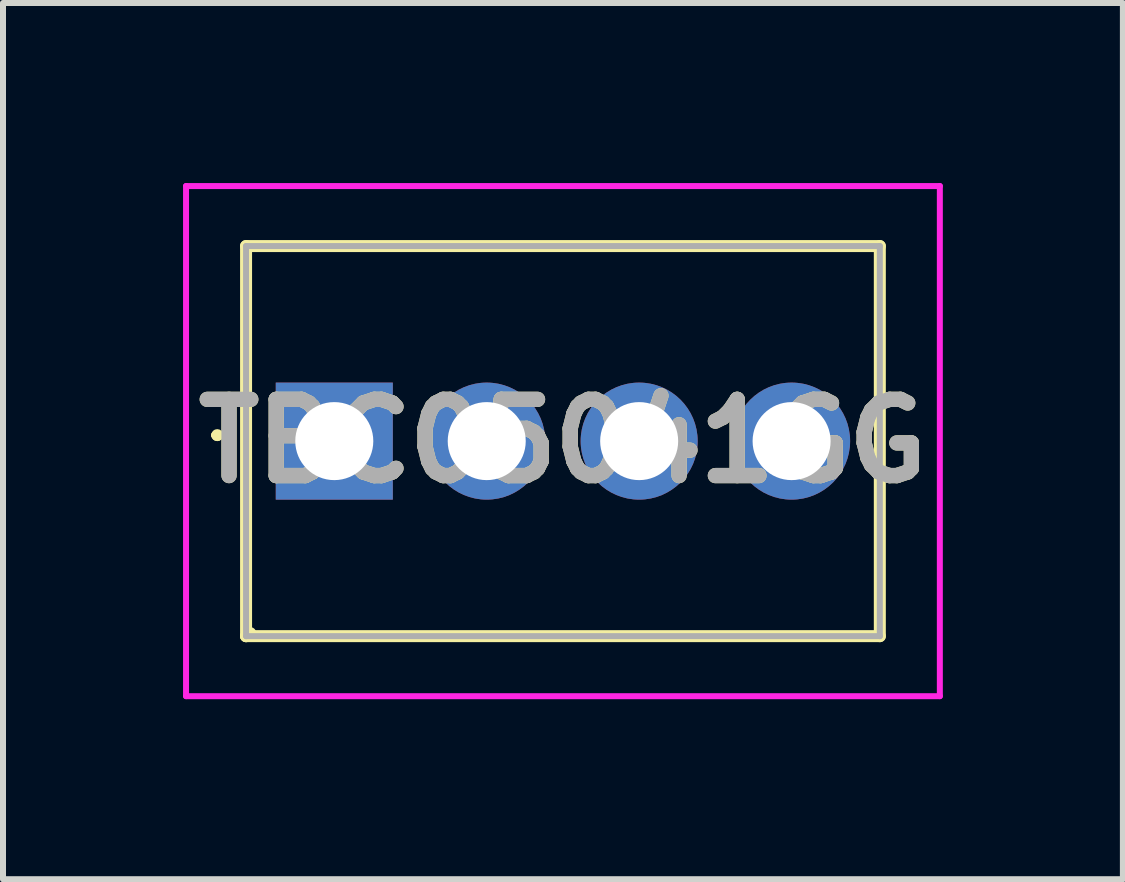
<source format=kicad_pcb>
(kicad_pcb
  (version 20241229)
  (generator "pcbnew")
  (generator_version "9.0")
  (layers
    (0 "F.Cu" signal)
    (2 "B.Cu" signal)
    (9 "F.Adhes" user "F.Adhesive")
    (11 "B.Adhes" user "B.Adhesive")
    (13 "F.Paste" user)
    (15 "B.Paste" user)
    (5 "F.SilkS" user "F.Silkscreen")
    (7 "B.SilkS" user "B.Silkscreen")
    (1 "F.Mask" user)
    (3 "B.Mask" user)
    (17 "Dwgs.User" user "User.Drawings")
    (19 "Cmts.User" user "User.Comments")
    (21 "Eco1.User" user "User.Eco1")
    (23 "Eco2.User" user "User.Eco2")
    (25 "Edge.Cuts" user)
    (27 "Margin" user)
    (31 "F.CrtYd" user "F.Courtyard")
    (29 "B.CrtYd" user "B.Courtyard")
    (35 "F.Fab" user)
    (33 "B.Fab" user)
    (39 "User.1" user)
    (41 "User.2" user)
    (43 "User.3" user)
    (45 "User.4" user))
  (footprint "TBC05041GG"
    (layer "F.Cu")
    (at 2.52 4.3)
    (property "Reference" "TBC05041GG" (at 3.81 0 0) (layer "F.SilkS") (effects (font (size 1.27 1.27) (thickness 0.254))))
    (attr through_hole)
    (fp_line (start -2 -0.1) (end -2 -0.1) (stroke (width 0.1) (type solid)) (layer "F.SilkS"))
    (fp_line (start -2 -0.1) (end -2 -0.1) (stroke (width 0.1) (type solid)) (layer "F.SilkS"))
    (fp_line (start -1.9 -0.1) (end -1.9 -0.1) (stroke (width 0.1) (type solid)) (layer "F.SilkS"))
    (fp_line (start -1.47 -3.25) (end 9.09 -3.25) (stroke (width 0.2) (type solid)) (layer "F.SilkS"))
    (fp_line (start -1.47 3.25) (end -1.47 -3.25) (stroke (width 0.2) (type solid)) (layer "F.SilkS"))
    (fp_line (start -1.47 3.25) (end -1.4 3.2) (stroke (width 0.2) (type solid)) (layer "F.SilkS"))
    (fp_line (start 9.09 -3.25) (end 9.09 3.25) (stroke (width 0.2) (type solid)) (layer "F.SilkS"))
    (fp_line (start 9.09 3.25) (end -1.47 3.25) (stroke (width 0.2) (type solid)) (layer "F.SilkS"))
    (fp_arc (start -2 -0.1) (mid -1.95 -0.15) (end -1.9 -0.1) (stroke (width 0.1) (type solid)) (layer "F.SilkS"))
    (fp_arc (start -1.9 -0.1) (mid -1.95 -0.05) (end -2 -0.1) (stroke (width 0.1) (type solid)) (layer "F.SilkS"))
    (fp_arc (start -1.9 -0.1) (mid -1.95 -0.05) (end -2 -0.1) (stroke (width 0.1) (type solid)) (layer "F.SilkS"))
    (fp_line (start -2.47 -4.25) (end 10.09 -4.25) (stroke (width 0.1) (type solid)) (layer "F.CrtYd"))
    (fp_line (start -2.47 4.25) (end -2.47 -4.25) (stroke (width 0.1) (type solid)) (layer "F.CrtYd"))
    (fp_line (start 10.09 -4.25) (end 10.09 4.25) (stroke (width 0.1) (type solid)) (layer "F.CrtYd"))
    (fp_line (start 10.09 4.25) (end -2.47 4.25) (stroke (width 0.1) (type solid)) (layer "F.CrtYd"))
    (fp_line (start -1.47 -3.25) (end -1.47 3.25) (stroke (width 0.1) (type solid)) (layer "F.Fab"))
    (fp_line (start -1.47 3.25) (end 9.09 3.25) (stroke (width 0.1) (type solid)) (layer "F.Fab"))
    (fp_line (start 9.09 -3.25) (end -1.47 -3.25) (stroke (width 0.1) (type solid)) (layer "F.Fab"))
    (fp_line (start 9.09 3.25) (end 9.09 -3.25) (stroke (width 0.1) (type solid)) (layer "F.Fab"))
    (fp_text user "${REFERENCE}" (at 3.81 0 0) (layer "F.Fab") (effects (font (size 1.27 1.27) (thickness 0.254))))
    (pad "1" thru_hole rect (at 0 0) (size 1.95 1.95) (drill 1.3) (layers "*.Cu" "*.Mask"))
    (pad "2" thru_hole circle (at 2.54 0) (size 1.95 1.95) (drill 1.3) (layers "*.Cu" "*.Mask"))
    (pad "3" thru_hole circle (at 5.08 0) (size 1.95 1.95) (drill 1.3) (layers "*.Cu" "*.Mask"))
    (pad "4" thru_hole circle (at 7.62 0) (size 1.95 1.95) (drill 1.3) (layers "*.Cu" "*.Mask")))
  (gr_rect
    (start -3 -3)
    (end 15.66 11.6)
    (stroke (width 0.1) (type default))
    (fill no)
    (layer "Edge.Cuts")))
</source>
